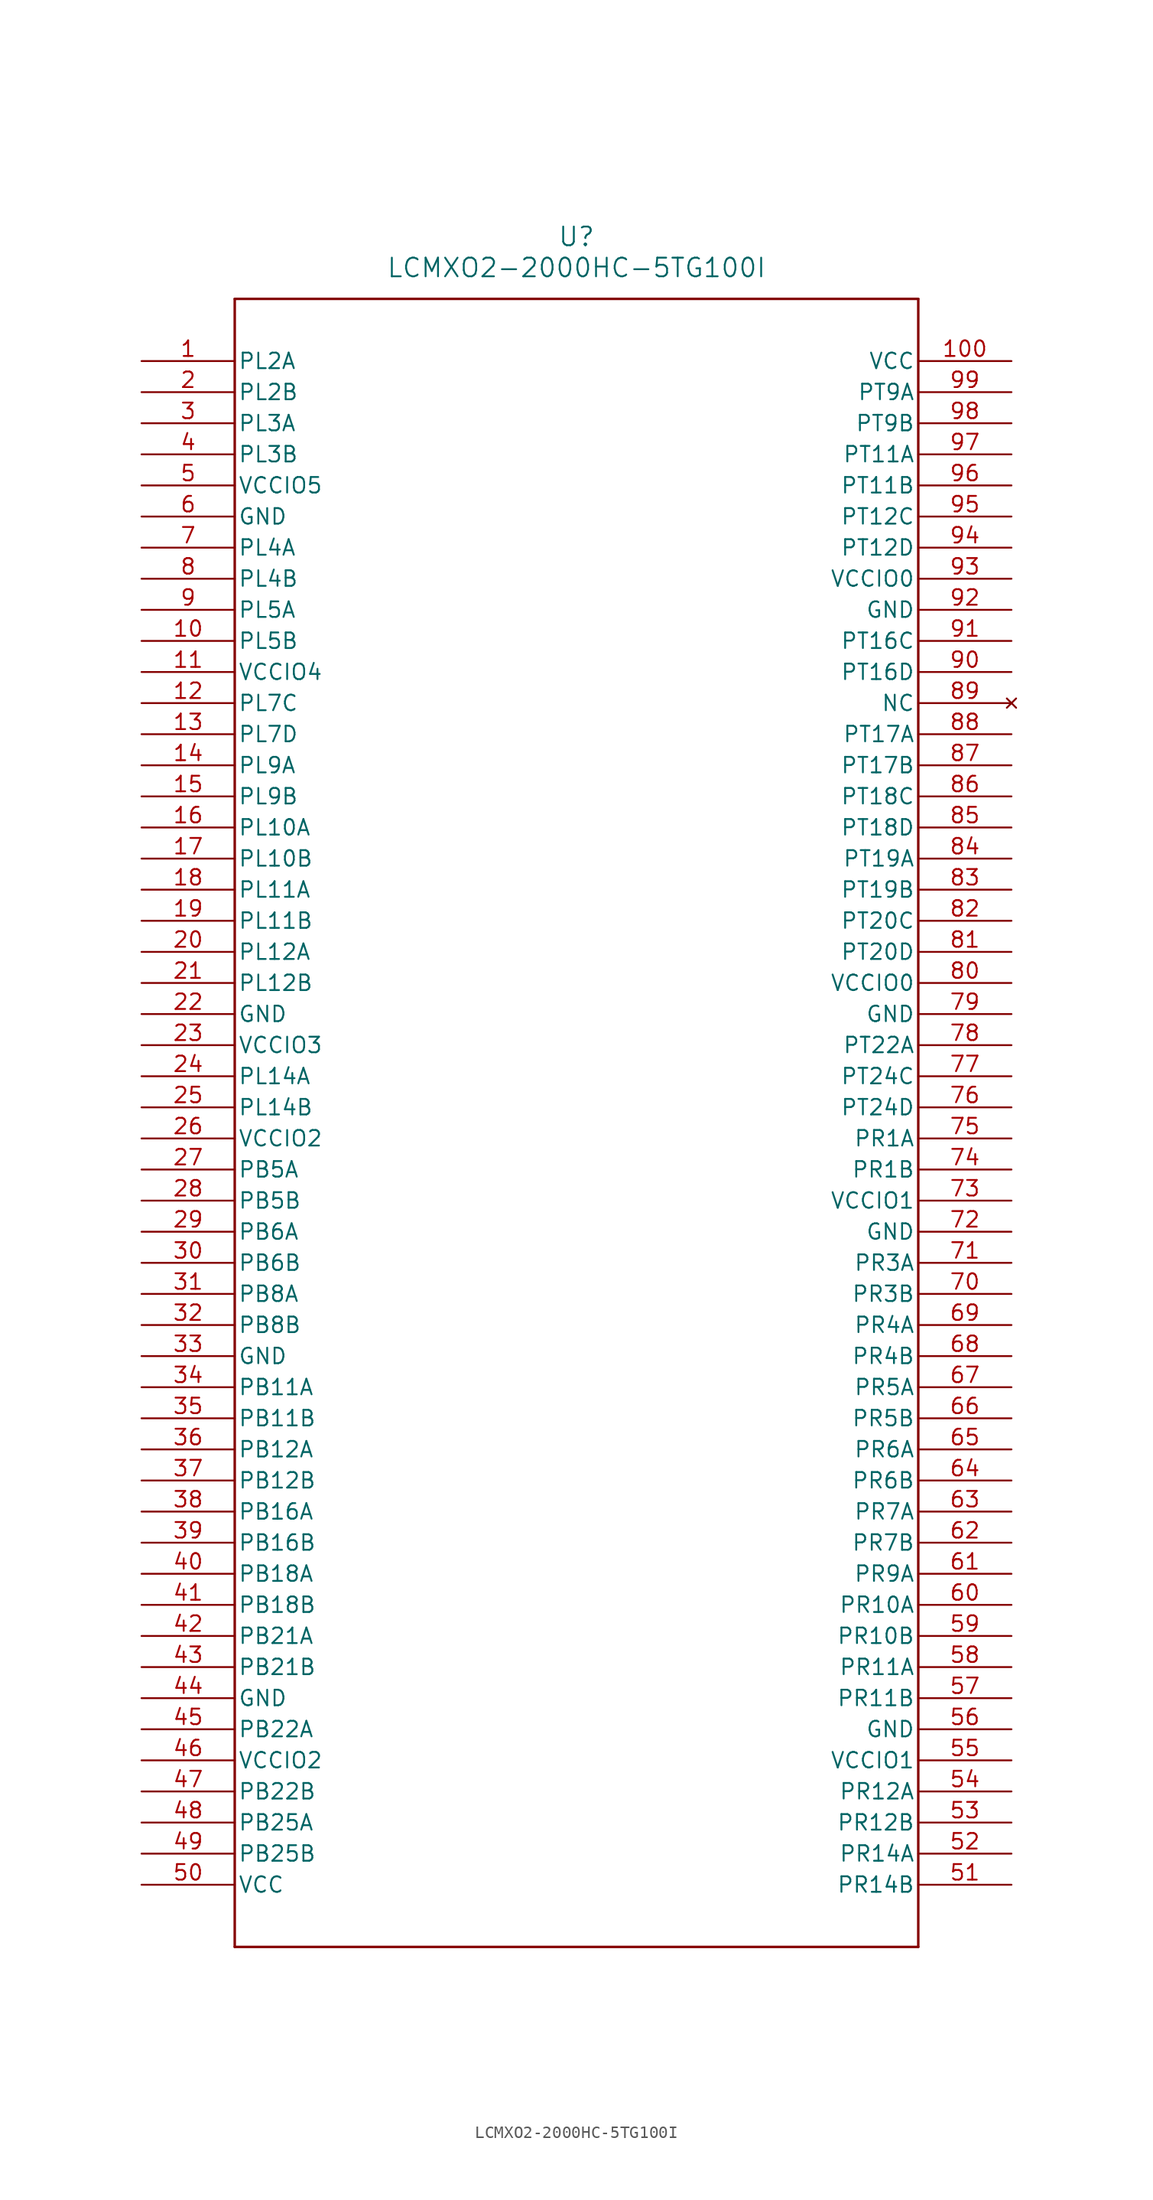
<source format=kicad_sym>
(kicad_symbol_lib
  (version 20211014)
  (generator kicad_symbol_editor)
  (symbol "LCMXO2-2000HC-5TG100I"
    (pin_names
      (offset 0.254))
    (property "Reference" "U"
      (at 35.56 10.16 0)
      (effects (font (size 1.524 1.524))))
    (property "Value" "LCMXO2-2000HC-5TG100I"
      (at 35.56 7.62 0)
      (effects (font (size 1.524 1.524))))
    (symbol "LCMXO2-2000HC-5TG100I_0_1"
      (polyline (pts (xy 7.62 5.08) (xy 7.62 -129.54)) (stroke (width 0.203) (type default) (color 0 0 0 0)) (fill (type none)))
      (polyline (pts (xy 7.62 -129.54) (xy 63.5 -129.54)) (stroke (width 0.203) (type default) (color 0 0 0 0)) (fill (type none)))
      (polyline (pts (xy 63.5 -129.54) (xy 63.5 5.08)) (stroke (width 0.203) (type default) (color 0 0 0 0)) (fill (type none)))
      (polyline (pts (xy 63.5 5.08) (xy 7.62 5.08)) (stroke (width 0.203) (type default) (color 0 0 0 0)) (fill (type none)))
      (pin unspecified line (at 0 0 0) (length 7.62) (name "PL2A" (effects (font (size 1.27 1.27)))) (number "1" (effects (font (size 1.27 1.27)))))
      (pin unspecified line (at 0 -2.54 0) (length 7.62) (name "PL2B" (effects (font (size 1.27 1.27)))) (number "2" (effects (font (size 1.27 1.27)))))
      (pin unspecified line (at 0 -5.08 0) (length 7.62) (name "PL3A" (effects (font (size 1.27 1.27)))) (number "3" (effects (font (size 1.27 1.27)))))
      (pin unspecified line (at 0 -7.62 0) (length 7.62) (name "PL3B" (effects (font (size 1.27 1.27)))) (number "4" (effects (font (size 1.27 1.27)))))
      (pin power_in line (at 0 -10.16 0) (length 7.62) (name "VCCIO5" (effects (font (size 1.27 1.27)))) (number "5" (effects (font (size 1.27 1.27)))))
      (pin power_in line (at 0 -12.7 0) (length 7.62) (name "GND" (effects (font (size 1.27 1.27)))) (number "6" (effects (font (size 1.27 1.27)))))
      (pin unspecified line (at 0 -15.24 0) (length 7.62) (name "PL4A" (effects (font (size 1.27 1.27)))) (number "7" (effects (font (size 1.27 1.27)))))
      (pin unspecified line (at 0 -17.78 0) (length 7.62) (name "PL4B" (effects (font (size 1.27 1.27)))) (number "8" (effects (font (size 1.27 1.27)))))
      (pin unspecified line (at 0 -20.32 0) (length 7.62) (name "PL5A" (effects (font (size 1.27 1.27)))) (number "9" (effects (font (size 1.27 1.27)))))
      (pin unspecified line (at 0 -22.86 0) (length 7.62) (name "PL5B" (effects (font (size 1.27 1.27)))) (number "10" (effects (font (size 1.27 1.27)))))
      (pin power_in line (at 0 -25.4 0) (length 7.62) (name "VCCIO4" (effects (font (size 1.27 1.27)))) (number "11" (effects (font (size 1.27 1.27)))))
      (pin unspecified line (at 0 -27.94 0) (length 7.62) (name "PL7C" (effects (font (size 1.27 1.27)))) (number "12" (effects (font (size 1.27 1.27)))))
      (pin unspecified line (at 0 -30.48 0) (length 7.62) (name "PL7D" (effects (font (size 1.27 1.27)))) (number "13" (effects (font (size 1.27 1.27)))))
      (pin unspecified line (at 0 -33.02 0) (length 7.62) (name "PL9A" (effects (font (size 1.27 1.27)))) (number "14" (effects (font (size 1.27 1.27)))))
      (pin unspecified line (at 0 -35.56 0) (length 7.62) (name "PL9B" (effects (font (size 1.27 1.27)))) (number "15" (effects (font (size 1.27 1.27)))))
      (pin unspecified line (at 0 -38.1 0) (length 7.62) (name "PL10A" (effects (font (size 1.27 1.27)))) (number "16" (effects (font (size 1.27 1.27)))))
      (pin unspecified line (at 0 -40.64 0) (length 7.62) (name "PL10B" (effects (font (size 1.27 1.27)))) (number "17" (effects (font (size 1.27 1.27)))))
      (pin unspecified line (at 0 -43.18 0) (length 7.62) (name "PL11A" (effects (font (size 1.27 1.27)))) (number "18" (effects (font (size 1.27 1.27)))))
      (pin unspecified line (at 0 -45.72 0) (length 7.62) (name "PL11B" (effects (font (size 1.27 1.27)))) (number "19" (effects (font (size 1.27 1.27)))))
      (pin unspecified line (at 0 -48.26 0) (length 7.62) (name "PL12A" (effects (font (size 1.27 1.27)))) (number "20" (effects (font (size 1.27 1.27)))))
      (pin unspecified line (at 0 -50.8 0) (length 7.62) (name "PL12B" (effects (font (size 1.27 1.27)))) (number "21" (effects (font (size 1.27 1.27)))))
      (pin power_in line (at 0 -53.34 0) (length 7.62) (name "GND" (effects (font (size 1.27 1.27)))) (number "22" (effects (font (size 1.27 1.27)))))
      (pin power_in line (at 0 -55.88 0) (length 7.62) (name "VCCIO3" (effects (font (size 1.27 1.27)))) (number "23" (effects (font (size 1.27 1.27)))))
      (pin unspecified line (at 0 -58.42 0) (length 7.62) (name "PL14A" (effects (font (size 1.27 1.27)))) (number "24" (effects (font (size 1.27 1.27)))))
      (pin unspecified line (at 0 -60.96 0) (length 7.62) (name "PL14B" (effects (font (size 1.27 1.27)))) (number "25" (effects (font (size 1.27 1.27)))))
      (pin power_in line (at 0 -63.5 0) (length 7.62) (name "VCCIO2" (effects (font (size 1.27 1.27)))) (number "26" (effects (font (size 1.27 1.27)))))
      (pin unspecified line (at 0 -66.04 0) (length 7.62) (name "PB5A" (effects (font (size 1.27 1.27)))) (number "27" (effects (font (size 1.27 1.27)))))
      (pin unspecified line (at 0 -68.58 0) (length 7.62) (name "PB5B" (effects (font (size 1.27 1.27)))) (number "28" (effects (font (size 1.27 1.27)))))
      (pin unspecified line (at 0 -71.12 0) (length 7.62) (name "PB6A" (effects (font (size 1.27 1.27)))) (number "29" (effects (font (size 1.27 1.27)))))
      (pin unspecified line (at 0 -73.66 0) (length 7.62) (name "PB6B" (effects (font (size 1.27 1.27)))) (number "30" (effects (font (size 1.27 1.27)))))
      (pin unspecified line (at 0 -76.2 0) (length 7.62) (name "PB8A" (effects (font (size 1.27 1.27)))) (number "31" (effects (font (size 1.27 1.27)))))
      (pin unspecified line (at 0 -78.74 0) (length 7.62) (name "PB8B" (effects (font (size 1.27 1.27)))) (number "32" (effects (font (size 1.27 1.27)))))
      (pin power_in line (at 0 -81.28 0) (length 7.62) (name "GND" (effects (font (size 1.27 1.27)))) (number "33" (effects (font (size 1.27 1.27)))))
      (pin unspecified line (at 0 -83.82 0) (length 7.62) (name "PB11A" (effects (font (size 1.27 1.27)))) (number "34" (effects (font (size 1.27 1.27)))))
      (pin unspecified line (at 0 -86.36 0) (length 7.62) (name "PB11B" (effects (font (size 1.27 1.27)))) (number "35" (effects (font (size 1.27 1.27)))))
      (pin unspecified line (at 0 -88.9 0) (length 7.62) (name "PB12A" (effects (font (size 1.27 1.27)))) (number "36" (effects (font (size 1.27 1.27)))))
      (pin unspecified line (at 0 -91.44 0) (length 7.62) (name "PB12B" (effects (font (size 1.27 1.27)))) (number "37" (effects (font (size 1.27 1.27)))))
      (pin unspecified line (at 0 -93.98 0) (length 7.62) (name "PB16A" (effects (font (size 1.27 1.27)))) (number "38" (effects (font (size 1.27 1.27)))))
      (pin unspecified line (at 0 -96.52 0) (length 7.62) (name "PB16B" (effects (font (size 1.27 1.27)))) (number "39" (effects (font (size 1.27 1.27)))))
      (pin unspecified line (at 0 -99.06 0) (length 7.62) (name "PB18A" (effects (font (size 1.27 1.27)))) (number "40" (effects (font (size 1.27 1.27)))))
      (pin unspecified line (at 0 -101.6 0) (length 7.62) (name "PB18B" (effects (font (size 1.27 1.27)))) (number "41" (effects (font (size 1.27 1.27)))))
      (pin unspecified line (at 0 -104.14 0) (length 7.62) (name "PB21A" (effects (font (size 1.27 1.27)))) (number "42" (effects (font (size 1.27 1.27)))))
      (pin unspecified line (at 0 -106.68 0) (length 7.62) (name "PB21B" (effects (font (size 1.27 1.27)))) (number "43" (effects (font (size 1.27 1.27)))))
      (pin power_in line (at 0 -109.22 0) (length 7.62) (name "GND" (effects (font (size 1.27 1.27)))) (number "44" (effects (font (size 1.27 1.27)))))
      (pin unspecified line (at 0 -111.76 0) (length 7.62) (name "PB22A" (effects (font (size 1.27 1.27)))) (number "45" (effects (font (size 1.27 1.27)))))
      (pin power_in line (at 0 -114.3 0) (length 7.62) (name "VCCIO2" (effects (font (size 1.27 1.27)))) (number "46" (effects (font (size 1.27 1.27)))))
      (pin unspecified line (at 0 -116.84 0) (length 7.62) (name "PB22B" (effects (font (size 1.27 1.27)))) (number "47" (effects (font (size 1.27 1.27)))))
      (pin unspecified line (at 0 -119.38 0) (length 7.62) (name "PB25A" (effects (font (size 1.27 1.27)))) (number "48" (effects (font (size 1.27 1.27)))))
      (pin unspecified line (at 0 -121.92 0) (length 7.62) (name "PB25B" (effects (font (size 1.27 1.27)))) (number "49" (effects (font (size 1.27 1.27)))))
      (pin power_in line (at 0 -124.46 0) (length 7.62) (name "VCC" (effects (font (size 1.27 1.27)))) (number "50" (effects (font (size 1.27 1.27)))))
      (pin unspecified line (at 71.12 -124.46 180) (length 7.62) (name "PR14B" (effects (font (size 1.27 1.27)))) (number "51" (effects (font (size 1.27 1.27)))))
      (pin unspecified line (at 71.12 -121.92 180) (length 7.62) (name "PR14A" (effects (font (size 1.27 1.27)))) (number "52" (effects (font (size 1.27 1.27)))))
      (pin unspecified line (at 71.12 -119.38 180) (length 7.62) (name "PR12B" (effects (font (size 1.27 1.27)))) (number "53" (effects (font (size 1.27 1.27)))))
      (pin unspecified line (at 71.12 -116.84 180) (length 7.62) (name "PR12A" (effects (font (size 1.27 1.27)))) (number "54" (effects (font (size 1.27 1.27)))))
      (pin power_in line (at 71.12 -114.3 180) (length 7.62) (name "VCCIO1" (effects (font (size 1.27 1.27)))) (number "55" (effects (font (size 1.27 1.27)))))
      (pin power_in line (at 71.12 -111.76 180) (length 7.62) (name "GND" (effects (font (size 1.27 1.27)))) (number "56" (effects (font (size 1.27 1.27)))))
      (pin unspecified line (at 71.12 -109.22 180) (length 7.62) (name "PR11B" (effects (font (size 1.27 1.27)))) (number "57" (effects (font (size 1.27 1.27)))))
      (pin unspecified line (at 71.12 -106.68 180) (length 7.62) (name "PR11A" (effects (font (size 1.27 1.27)))) (number "58" (effects (font (size 1.27 1.27)))))
      (pin unspecified line (at 71.12 -104.14 180) (length 7.62) (name "PR10B" (effects (font (size 1.27 1.27)))) (number "59" (effects (font (size 1.27 1.27)))))
      (pin unspecified line (at 71.12 -101.6 180) (length 7.62) (name "PR10A" (effects (font (size 1.27 1.27)))) (number "60" (effects (font (size 1.27 1.27)))))
      (pin unspecified line (at 71.12 -99.06 180) (length 7.62) (name "PR9A" (effects (font (size 1.27 1.27)))) (number "61" (effects (font (size 1.27 1.27)))))
      (pin unspecified line (at 71.12 -96.52 180) (length 7.62) (name "PR7B" (effects (font (size 1.27 1.27)))) (number "62" (effects (font (size 1.27 1.27)))))
      (pin unspecified line (at 71.12 -93.98 180) (length 7.62) (name "PR7A" (effects (font (size 1.27 1.27)))) (number "63" (effects (font (size 1.27 1.27)))))
      (pin unspecified line (at 71.12 -91.44 180) (length 7.62) (name "PR6B" (effects (font (size 1.27 1.27)))) (number "64" (effects (font (size 1.27 1.27)))))
      (pin unspecified line (at 71.12 -88.9 180) (length 7.62) (name "PR6A" (effects (font (size 1.27 1.27)))) (number "65" (effects (font (size 1.27 1.27)))))
      (pin unspecified line (at 71.12 -86.36 180) (length 7.62) (name "PR5B" (effects (font (size 1.27 1.27)))) (number "66" (effects (font (size 1.27 1.27)))))
      (pin unspecified line (at 71.12 -83.82 180) (length 7.62) (name "PR5A" (effects (font (size 1.27 1.27)))) (number "67" (effects (font (size 1.27 1.27)))))
      (pin unspecified line (at 71.12 -81.28 180) (length 7.62) (name "PR4B" (effects (font (size 1.27 1.27)))) (number "68" (effects (font (size 1.27 1.27)))))
      (pin unspecified line (at 71.12 -78.74 180) (length 7.62) (name "PR4A" (effects (font (size 1.27 1.27)))) (number "69" (effects (font (size 1.27 1.27)))))
      (pin unspecified line (at 71.12 -76.2 180) (length 7.62) (name "PR3B" (effects (font (size 1.27 1.27)))) (number "70" (effects (font (size 1.27 1.27)))))
      (pin unspecified line (at 71.12 -73.66 180) (length 7.62) (name "PR3A" (effects (font (size 1.27 1.27)))) (number "71" (effects (font (size 1.27 1.27)))))
      (pin power_in line (at 71.12 -71.12 180) (length 7.62) (name "GND" (effects (font (size 1.27 1.27)))) (number "72" (effects (font (size 1.27 1.27)))))
      (pin power_in line (at 71.12 -68.58 180) (length 7.62) (name "VCCIO1" (effects (font (size 1.27 1.27)))) (number "73" (effects (font (size 1.27 1.27)))))
      (pin unspecified line (at 71.12 -66.04 180) (length 7.62) (name "PR1B" (effects (font (size 1.27 1.27)))) (number "74" (effects (font (size 1.27 1.27)))))
      (pin unspecified line (at 71.12 -63.5 180) (length 7.62) (name "PR1A" (effects (font (size 1.27 1.27)))) (number "75" (effects (font (size 1.27 1.27)))))
      (pin unspecified line (at 71.12 -60.96 180) (length 7.62) (name "PT24D" (effects (font (size 1.27 1.27)))) (number "76" (effects (font (size 1.27 1.27)))))
      (pin unspecified line (at 71.12 -58.42 180) (length 7.62) (name "PT24C" (effects (font (size 1.27 1.27)))) (number "77" (effects (font (size 1.27 1.27)))))
      (pin unspecified line (at 71.12 -55.88 180) (length 7.62) (name "PT22A" (effects (font (size 1.27 1.27)))) (number "78" (effects (font (size 1.27 1.27)))))
      (pin power_in line (at 71.12 -53.34 180) (length 7.62) (name "GND" (effects (font (size 1.27 1.27)))) (number "79" (effects (font (size 1.27 1.27)))))
      (pin power_in line (at 71.12 -50.8 180) (length 7.62) (name "VCCIO0" (effects (font (size 1.27 1.27)))) (number "80" (effects (font (size 1.27 1.27)))))
      (pin unspecified line (at 71.12 -48.26 180) (length 7.62) (name "PT20D" (effects (font (size 1.27 1.27)))) (number "81" (effects (font (size 1.27 1.27)))))
      (pin unspecified line (at 71.12 -45.72 180) (length 7.62) (name "PT20C" (effects (font (size 1.27 1.27)))) (number "82" (effects (font (size 1.27 1.27)))))
      (pin unspecified line (at 71.12 -43.18 180) (length 7.62) (name "PT19B" (effects (font (size 1.27 1.27)))) (number "83" (effects (font (size 1.27 1.27)))))
      (pin unspecified line (at 71.12 -40.64 180) (length 7.62) (name "PT19A" (effects (font (size 1.27 1.27)))) (number "84" (effects (font (size 1.27 1.27)))))
      (pin unspecified line (at 71.12 -38.1 180) (length 7.62) (name "PT18D" (effects (font (size 1.27 1.27)))) (number "85" (effects (font (size 1.27 1.27)))))
      (pin unspecified line (at 71.12 -35.56 180) (length 7.62) (name "PT18C" (effects (font (size 1.27 1.27)))) (number "86" (effects (font (size 1.27 1.27)))))
      (pin unspecified line (at 71.12 -33.02 180) (length 7.62) (name "PT17B" (effects (font (size 1.27 1.27)))) (number "87" (effects (font (size 1.27 1.27)))))
      (pin unspecified line (at 71.12 -30.48 180) (length 7.62) (name "PT17A" (effects (font (size 1.27 1.27)))) (number "88" (effects (font (size 1.27 1.27)))))
      (pin no_connect line (at 71.12 -27.94 180) (length 7.62) (name "NC" (effects (font (size 1.27 1.27)))) (number "89" (effects (font (size 1.27 1.27)))))
      (pin unspecified line (at 71.12 -25.4 180) (length 7.62) (name "PT16D" (effects (font (size 1.27 1.27)))) (number "90" (effects (font (size 1.27 1.27)))))
      (pin unspecified line (at 71.12 -22.86 180) (length 7.62) (name "PT16C" (effects (font (size 1.27 1.27)))) (number "91" (effects (font (size 1.27 1.27)))))
      (pin power_in line (at 71.12 -20.32 180) (length 7.62) (name "GND" (effects (font (size 1.27 1.27)))) (number "92" (effects (font (size 1.27 1.27)))))
      (pin power_in line (at 71.12 -17.78 180) (length 7.62) (name "VCCIO0" (effects (font (size 1.27 1.27)))) (number "93" (effects (font (size 1.27 1.27)))))
      (pin unspecified line (at 71.12 -15.24 180) (length 7.62) (name "PT12D" (effects (font (size 1.27 1.27)))) (number "94" (effects (font (size 1.27 1.27)))))
      (pin unspecified line (at 71.12 -12.7 180) (length 7.62) (name "PT12C" (effects (font (size 1.27 1.27)))) (number "95" (effects (font (size 1.27 1.27)))))
      (pin unspecified line (at 71.12 -10.16 180) (length 7.62) (name "PT11B" (effects (font (size 1.27 1.27)))) (number "96" (effects (font (size 1.27 1.27)))))
      (pin unspecified line (at 71.12 -7.62 180) (length 7.62) (name "PT11A" (effects (font (size 1.27 1.27)))) (number "97" (effects (font (size 1.27 1.27)))))
      (pin unspecified line (at 71.12 -5.08 180) (length 7.62) (name "PT9B" (effects (font (size 1.27 1.27)))) (number "98" (effects (font (size 1.27 1.27)))))
      (pin unspecified line (at 71.12 -2.54 180) (length 7.62) (name "PT9A" (effects (font (size 1.27 1.27)))) (number "99" (effects (font (size 1.27 1.27)))))
      (pin power_in line (at 71.12 0 180) (length 7.62) (name "VCC" (effects (font (size 1.27 1.27)))) (number "100" (effects (font (size 1.27 1.27))))))))
</source>
